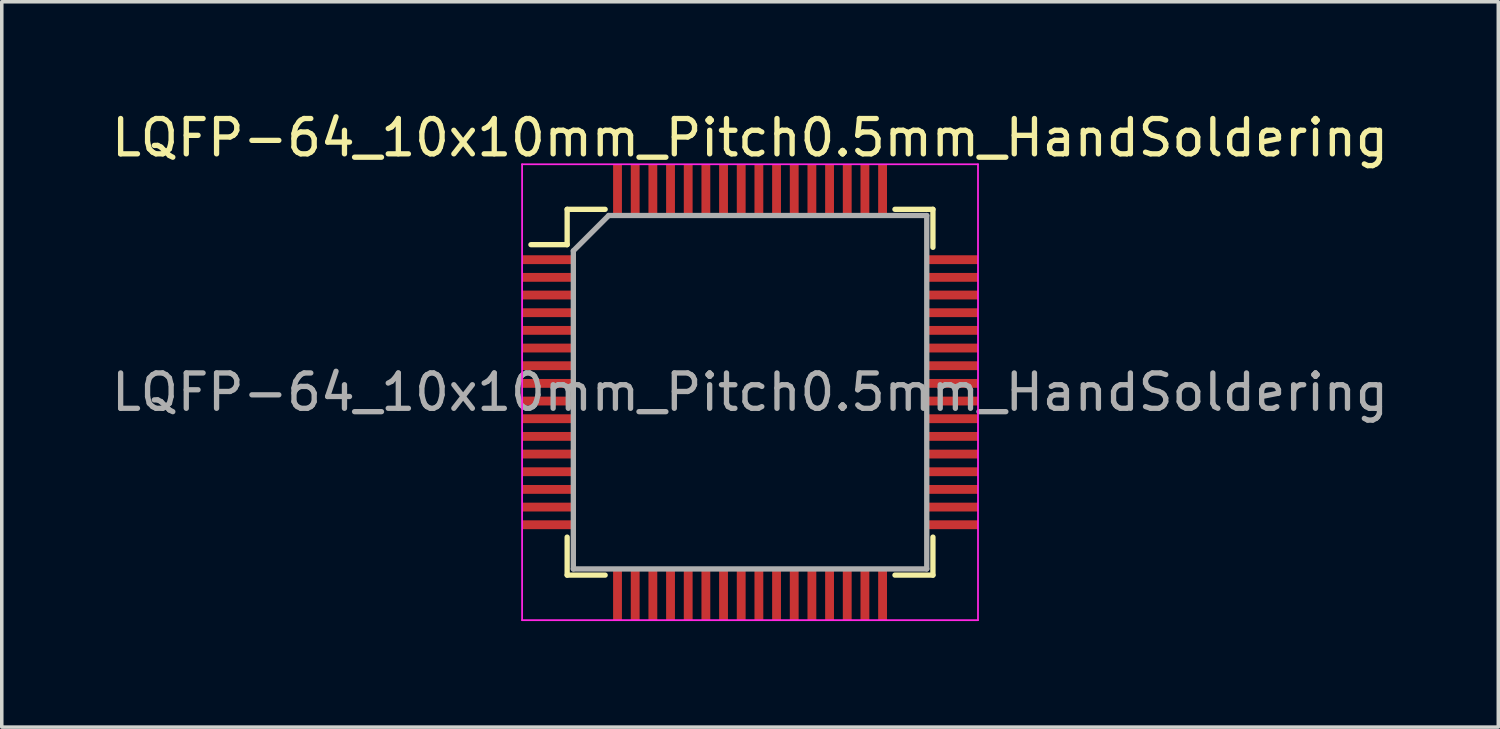
<source format=kicad_pcb>
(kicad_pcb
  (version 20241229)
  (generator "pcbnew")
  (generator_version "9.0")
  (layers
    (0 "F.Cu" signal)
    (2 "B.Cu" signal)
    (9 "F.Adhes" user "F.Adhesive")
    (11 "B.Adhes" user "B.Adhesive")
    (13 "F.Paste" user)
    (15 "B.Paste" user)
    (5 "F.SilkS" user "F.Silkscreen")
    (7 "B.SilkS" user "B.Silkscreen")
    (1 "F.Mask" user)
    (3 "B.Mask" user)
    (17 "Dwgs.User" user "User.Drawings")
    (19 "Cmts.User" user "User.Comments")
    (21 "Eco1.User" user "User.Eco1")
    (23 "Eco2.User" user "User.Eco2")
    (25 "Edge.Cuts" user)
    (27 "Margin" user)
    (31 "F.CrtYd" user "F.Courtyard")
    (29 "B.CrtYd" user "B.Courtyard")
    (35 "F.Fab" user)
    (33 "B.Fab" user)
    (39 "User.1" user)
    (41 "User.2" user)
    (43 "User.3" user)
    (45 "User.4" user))
  (footprint "LQFP-64_10x10mm_Pitch0.5mm_HandSoldering"
    (layer "F.Cu")
    (at 18.173 8.048)
    (property "Reference" "LQFP-64_10x10mm_Pitch0.5mm_HandSoldering" (at 0 -7.2 0) (layer "F.SilkS") (effects (font (size 1 1) (thickness 0.15))))
    (attr smd)
    (fp_line (start -5.175 -5.175) (end -5.175 -4.175) (stroke (width 0.15) (type solid)) (layer "F.SilkS"))
    (fp_line (start -5.175 -5.175) (end -4.1 -5.175) (stroke (width 0.15) (type solid)) (layer "F.SilkS"))
    (fp_line (start -5.175 -4.175) (end -6.2 -4.175) (stroke (width 0.15) (type solid)) (layer "F.SilkS"))
    (fp_line (start -5.175 5.175) (end -5.175 4.1) (stroke (width 0.15) (type solid)) (layer "F.SilkS"))
    (fp_line (start -5.175 5.175) (end -4.1 5.175) (stroke (width 0.15) (type solid)) (layer "F.SilkS"))
    (fp_line (start 5.175 -5.175) (end 4.1 -5.175) (stroke (width 0.15) (type solid)) (layer "F.SilkS"))
    (fp_line (start 5.175 -5.175) (end 5.175 -4.1) (stroke (width 0.15) (type solid)) (layer "F.SilkS"))
    (fp_line (start 5.175 5.175) (end 4.1 5.175) (stroke (width 0.15) (type solid)) (layer "F.SilkS"))
    (fp_line (start 5.175 5.175) (end 5.175 4.1) (stroke (width 0.15) (type solid)) (layer "F.SilkS"))
    (fp_line (start -6.45 -6.45) (end -6.45 6.45) (stroke (width 0.05) (type solid)) (layer "F.CrtYd"))
    (fp_line (start -6.45 -6.45) (end 6.45 -6.45) (stroke (width 0.05) (type solid)) (layer "F.CrtYd"))
    (fp_line (start -6.45 6.45) (end 6.45 6.45) (stroke (width 0.05) (type solid)) (layer "F.CrtYd"))
    (fp_line (start 6.45 -6.45) (end 6.45 6.45) (stroke (width 0.05) (type solid)) (layer "F.CrtYd"))
    (fp_line (start -5 -4) (end -4 -5) (stroke (width 0.15) (type solid)) (layer "F.Fab"))
    (fp_line (start -5 5) (end -5 -4) (stroke (width 0.15) (type solid)) (layer "F.Fab"))
    (fp_line (start -4 -5) (end 5 -5) (stroke (width 0.15) (type solid)) (layer "F.Fab"))
    (fp_line (start 5 -5) (end 5 5) (stroke (width 0.15) (type solid)) (layer "F.Fab"))
    (fp_line (start 5 5) (end -5 5) (stroke (width 0.15) (type solid)) (layer "F.Fab"))
    (fp_text user "${REFERENCE}" (at 0 0 0) (layer "F.Fab") (effects (font (size 1 1) (thickness 0.15))))
    (pad "1" smd rect (at -5.7 -3.75) (size 1.5 0.25) (layers "F.Cu" "F.Mask" "F.Paste"))
    (pad "2" smd rect (at -5.7 -3.25) (size 1.5 0.25) (layers "F.Cu" "F.Mask" "F.Paste"))
    (pad "3" smd rect (at -5.7 -2.75) (size 1.5 0.25) (layers "F.Cu" "F.Mask" "F.Paste"))
    (pad "4" smd rect (at -5.7 -2.25) (size 1.5 0.25) (layers "F.Cu" "F.Mask" "F.Paste"))
    (pad "5" smd rect (at -5.7 -1.75) (size 1.5 0.25) (layers "F.Cu" "F.Mask" "F.Paste"))
    (pad "6" smd rect (at -5.7 -1.25) (size 1.5 0.25) (layers "F.Cu" "F.Mask" "F.Paste"))
    (pad "7" smd rect (at -5.7 -0.75) (size 1.5 0.25) (layers "F.Cu" "F.Mask" "F.Paste"))
    (pad "8" smd rect (at -5.7 -0.25) (size 1.5 0.25) (layers "F.Cu" "F.Mask" "F.Paste"))
    (pad "9" smd rect (at -5.7 0.25) (size 1.5 0.25) (layers "F.Cu" "F.Mask" "F.Paste"))
    (pad "10" smd rect (at -5.7 0.75) (size 1.5 0.25) (layers "F.Cu" "F.Mask" "F.Paste"))
    (pad "11" smd rect (at -5.7 1.25) (size 1.5 0.25) (layers "F.Cu" "F.Mask" "F.Paste"))
    (pad "12" smd rect (at -5.7 1.75) (size 1.5 0.25) (layers "F.Cu" "F.Mask" "F.Paste"))
    (pad "13" smd rect (at -5.7 2.25) (size 1.5 0.25) (layers "F.Cu" "F.Mask" "F.Paste"))
    (pad "14" smd rect (at -5.7 2.75) (size 1.5 0.25) (layers "F.Cu" "F.Mask" "F.Paste"))
    (pad "15" smd rect (at -5.7 3.25) (size 1.5 0.25) (layers "F.Cu" "F.Mask" "F.Paste"))
    (pad "16" smd rect (at -5.7 3.75) (size 1.5 0.25) (layers "F.Cu" "F.Mask" "F.Paste"))
    (pad "17" smd rect (at -3.75 5.7 90) (size 1.5 0.25) (layers "F.Cu" "F.Mask" "F.Paste"))
    (pad "18" smd rect (at -3.25 5.7 90) (size 1.5 0.25) (layers "F.Cu" "F.Mask" "F.Paste"))
    (pad "19" smd rect (at -2.75 5.7 90) (size 1.5 0.25) (layers "F.Cu" "F.Mask" "F.Paste"))
    (pad "20" smd rect (at -2.25 5.7 90) (size 1.5 0.25) (layers "F.Cu" "F.Mask" "F.Paste"))
    (pad "21" smd rect (at -1.75 5.7 90) (size 1.5 0.25) (layers "F.Cu" "F.Mask" "F.Paste"))
    (pad "22" smd rect (at -1.25 5.7 90) (size 1.5 0.25) (layers "F.Cu" "F.Mask" "F.Paste"))
    (pad "23" smd rect (at -0.75 5.7 90) (size 1.5 0.25) (layers "F.Cu" "F.Mask" "F.Paste"))
    (pad "24" smd rect (at -0.25 5.7 90) (size 1.5 0.25) (layers "F.Cu" "F.Mask" "F.Paste"))
    (pad "25" smd rect (at 0.25 5.7 90) (size 1.5 0.25) (layers "F.Cu" "F.Mask" "F.Paste"))
    (pad "26" smd rect (at 0.75 5.7 90) (size 1.5 0.25) (layers "F.Cu" "F.Mask" "F.Paste"))
    (pad "27" smd rect (at 1.25 5.7 90) (size 1.5 0.25) (layers "F.Cu" "F.Mask" "F.Paste"))
    (pad "28" smd rect (at 1.75 5.7 90) (size 1.5 0.25) (layers "F.Cu" "F.Mask" "F.Paste"))
    (pad "29" smd rect (at 2.25 5.7 90) (size 1.5 0.25) (layers "F.Cu" "F.Mask" "F.Paste"))
    (pad "30" smd rect (at 2.75 5.7 90) (size 1.5 0.25) (layers "F.Cu" "F.Mask" "F.Paste"))
    (pad "31" smd rect (at 3.25 5.7 90) (size 1.5 0.25) (layers "F.Cu" "F.Mask" "F.Paste"))
    (pad "32" smd rect (at 3.75 5.7 90) (size 1.5 0.25) (layers "F.Cu" "F.Mask" "F.Paste"))
    (pad "33" smd rect (at 5.7 3.75) (size 1.5 0.25) (layers "F.Cu" "F.Mask" "F.Paste"))
    (pad "34" smd rect (at 5.7 3.25) (size 1.5 0.25) (layers "F.Cu" "F.Mask" "F.Paste"))
    (pad "35" smd rect (at 5.7 2.75) (size 1.5 0.25) (layers "F.Cu" "F.Mask" "F.Paste"))
    (pad "36" smd rect (at 5.7 2.25) (size 1.5 0.25) (layers "F.Cu" "F.Mask" "F.Paste"))
    (pad "37" smd rect (at 5.7 1.75) (size 1.5 0.25) (layers "F.Cu" "F.Mask" "F.Paste"))
    (pad "38" smd rect (at 5.7 1.25) (size 1.5 0.25) (layers "F.Cu" "F.Mask" "F.Paste"))
    (pad "39" smd rect (at 5.7 0.75) (size 1.5 0.25) (layers "F.Cu" "F.Mask" "F.Paste"))
    (pad "40" smd rect (at 5.7 0.25) (size 1.5 0.25) (layers "F.Cu" "F.Mask" "F.Paste"))
    (pad "41" smd rect (at 5.7 -0.25) (size 1.5 0.25) (layers "F.Cu" "F.Mask" "F.Paste"))
    (pad "42" smd rect (at 5.7 -0.75) (size 1.5 0.25) (layers "F.Cu" "F.Mask" "F.Paste"))
    (pad "43" smd rect (at 5.7 -1.25) (size 1.5 0.25) (layers "F.Cu" "F.Mask" "F.Paste"))
    (pad "44" smd rect (at 5.7 -1.75) (size 1.5 0.25) (layers "F.Cu" "F.Mask" "F.Paste"))
    (pad "45" smd rect (at 5.7 -2.25) (size 1.5 0.25) (layers "F.Cu" "F.Mask" "F.Paste"))
    (pad "46" smd rect (at 5.7 -2.75) (size 1.5 0.25) (layers "F.Cu" "F.Mask" "F.Paste"))
    (pad "47" smd rect (at 5.7 -3.25) (size 1.5 0.25) (layers "F.Cu" "F.Mask" "F.Paste"))
    (pad "48" smd rect (at 5.7 -3.75) (size 1.5 0.25) (layers "F.Cu" "F.Mask" "F.Paste"))
    (pad "49" smd rect (at 3.75 -5.7 90) (size 1.5 0.25) (layers "F.Cu" "F.Mask" "F.Paste"))
    (pad "50" smd rect (at 3.25 -5.7 90) (size 1.5 0.25) (layers "F.Cu" "F.Mask" "F.Paste"))
    (pad "51" smd rect (at 2.75 -5.7 90) (size 1.5 0.25) (layers "F.Cu" "F.Mask" "F.Paste"))
    (pad "52" smd rect (at 2.25 -5.7 90) (size 1.5 0.25) (layers "F.Cu" "F.Mask" "F.Paste"))
    (pad "53" smd rect (at 1.75 -5.7 90) (size 1.5 0.25) (layers "F.Cu" "F.Mask" "F.Paste"))
    (pad "54" smd rect (at 1.25 -5.7 90) (size 1.5 0.25) (layers "F.Cu" "F.Mask" "F.Paste"))
    (pad "55" smd rect (at 0.75 -5.7 90) (size 1.5 0.25) (layers "F.Cu" "F.Mask" "F.Paste"))
    (pad "56" smd rect (at 0.25 -5.7 90) (size 1.5 0.25) (layers "F.Cu" "F.Mask" "F.Paste"))
    (pad "57" smd rect (at -0.25 -5.7 90) (size 1.5 0.25) (layers "F.Cu" "F.Mask" "F.Paste"))
    (pad "58" smd rect (at -0.75 -5.7 90) (size 1.5 0.25) (layers "F.Cu" "F.Mask" "F.Paste"))
    (pad "59" smd rect (at -1.25 -5.7 90) (size 1.5 0.25) (layers "F.Cu" "F.Mask" "F.Paste"))
    (pad "60" smd rect (at -1.75 -5.7 90) (size 1.5 0.25) (layers "F.Cu" "F.Mask" "F.Paste"))
    (pad "61" smd rect (at -2.25 -5.7 90) (size 1.5 0.25) (layers "F.Cu" "F.Mask" "F.Paste"))
    (pad "62" smd rect (at -2.75 -5.7 90) (size 1.5 0.25) (layers "F.Cu" "F.Mask" "F.Paste"))
    (pad "63" smd rect (at -3.25 -5.7 90) (size 1.5 0.25) (layers "F.Cu" "F.Mask" "F.Paste"))
    (pad "64" smd rect (at -3.75 -5.7 90) (size 1.5 0.25) (layers "F.Cu" "F.Mask" "F.Paste")))
  (gr_rect
    (start -3 -3)
    (end 39.345 17.523)
    (stroke (width 0.1) (type default))
    (fill no)
    (layer "Edge.Cuts")))
</source>
